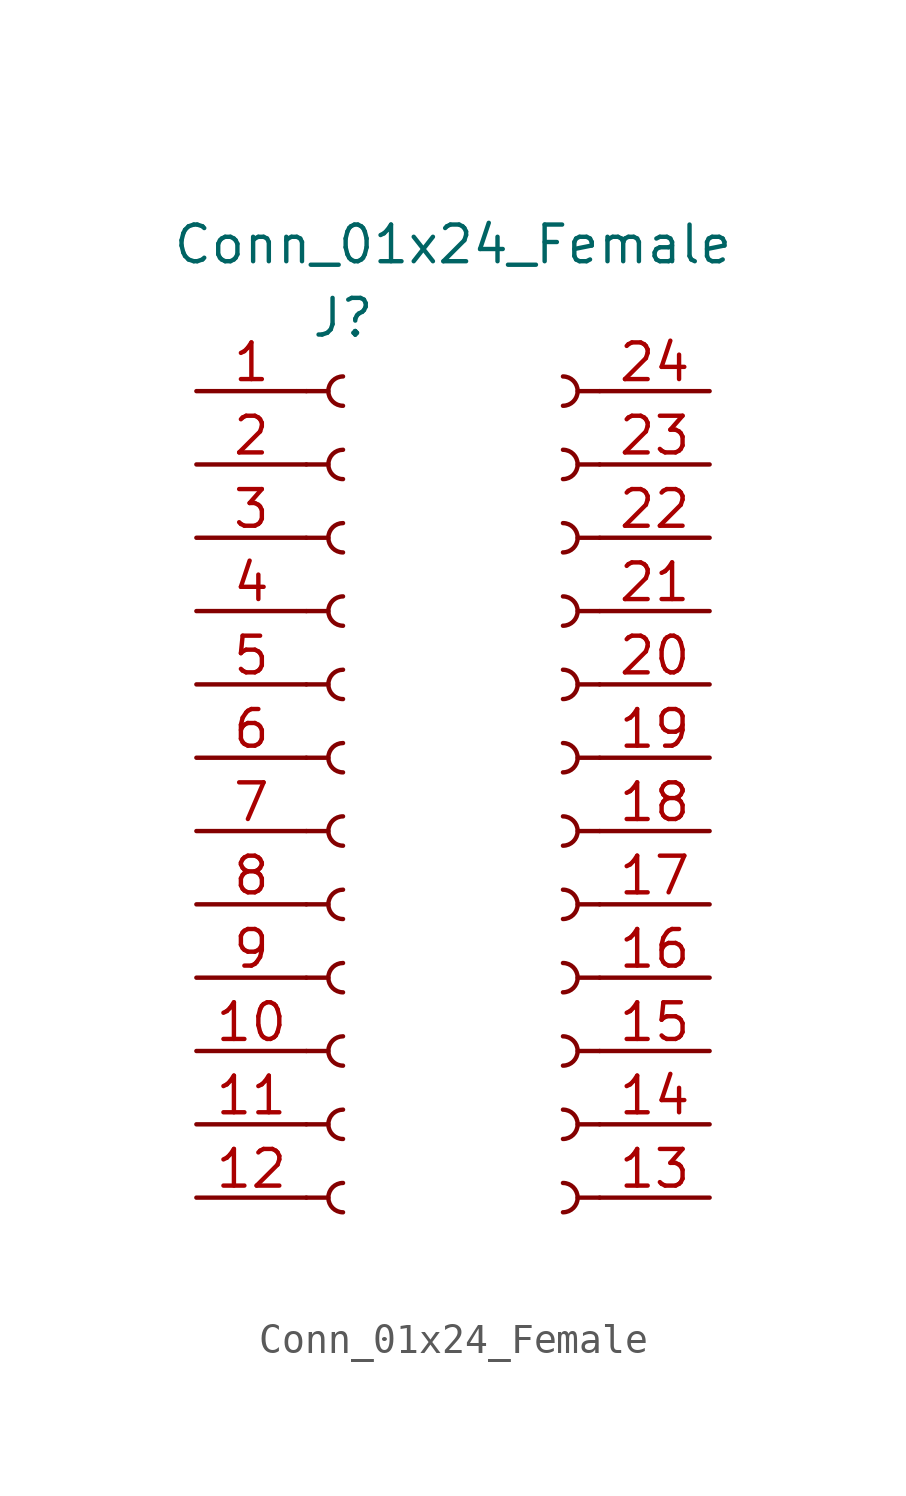
<source format=kicad_sym>
(kicad_symbol_lib
  (version 20211014)
  (generator kicad_symbol_editor)
  (symbol "Conn_01x24_Female"
    (pin_names
      (offset 1.016) hide)
    (property "Reference" "J"
      (at -2.54 48.26 0)
      (effects (font (size 1.27 1.27))))
    (property "Value" "Conn_01x24_Female"
      (at 1.27 50.8 0)
      (effects (font (size 1.27 1.27))))
    (symbol "Conn_01x24_Female_1_1"
      (arc (start -2.54 18.288) (mid -3.048 17.78) (end -2.54 17.272) (stroke (width 0.1524) (type default) (color 0 0 0 0)) (fill (type none)))
      (arc (start -2.54 20.828) (mid -3.048 20.32) (end -2.54 19.812) (stroke (width 0.1524) (type default) (color 0 0 0 0)) (fill (type none)))
      (arc (start -2.54 23.368) (mid -3.048 22.86) (end -2.54 22.352) (stroke (width 0.1524) (type default) (color 0 0 0 0)) (fill (type none)))
      (arc (start -2.54 25.908) (mid -3.048 25.4) (end -2.54 24.892) (stroke (width 0.1524) (type default) (color 0 0 0 0)) (fill (type none)))
      (arc (start -2.54 28.448) (mid -3.048 27.94) (end -2.54 27.432) (stroke (width 0.1524) (type default) (color 0 0 0 0)) (fill (type none)))
      (arc (start -2.54 30.988) (mid -3.048 30.48) (end -2.54 29.972) (stroke (width 0.1524) (type default) (color 0 0 0 0)) (fill (type none)))
      (arc (start -2.54 33.528) (mid -3.048 33.02) (end -2.54 32.512) (stroke (width 0.1524) (type default) (color 0 0 0 0)) (fill (type none)))
      (arc (start -2.54 36.068) (mid -3.048 35.56) (end -2.54 35.052) (stroke (width 0.1524) (type default) (color 0 0 0 0)) (fill (type none)))
      (arc (start -2.54 38.608) (mid -3.048 38.1) (end -2.54 37.592) (stroke (width 0.1524) (type default) (color 0 0 0 0)) (fill (type none)))
      (arc (start -2.54 41.148) (mid -3.048 40.64) (end -2.54 40.132) (stroke (width 0.1524) (type default) (color 0 0 0 0)) (fill (type none)))
      (arc (start -2.54 43.688) (mid -3.048 43.18) (end -2.54 42.672) (stroke (width 0.1524) (type default) (color 0 0 0 0)) (fill (type none)))
      (arc (start -2.54 46.228) (mid -3.048 45.72) (end -2.54 45.212) (stroke (width 0.1524) (type default) (color 0 0 0 0)) (fill (type none)))
      (polyline (pts (xy -3.81 17.78) (xy -3.048 17.78)) (stroke (width 0.152) (type default) (color 0 0 0 0)) (fill (type none)))
      (polyline (pts (xy -3.81 20.32) (xy -3.048 20.32)) (stroke (width 0.152) (type default) (color 0 0 0 0)) (fill (type none)))
      (polyline (pts (xy -3.81 22.86) (xy -3.048 22.86)) (stroke (width 0.152) (type default) (color 0 0 0 0)) (fill (type none)))
      (polyline (pts (xy -3.81 25.4) (xy -3.048 25.4)) (stroke (width 0.152) (type default) (color 0 0 0 0)) (fill (type none)))
      (polyline (pts (xy -3.81 27.94) (xy -3.048 27.94)) (stroke (width 0.152) (type default) (color 0 0 0 0)) (fill (type none)))
      (polyline (pts (xy -3.81 30.48) (xy -3.048 30.48)) (stroke (width 0.152) (type default) (color 0 0 0 0)) (fill (type none)))
      (polyline (pts (xy -3.81 33.02) (xy -3.048 33.02)) (stroke (width 0.152) (type default) (color 0 0 0 0)) (fill (type none)))
      (polyline (pts (xy -3.81 35.56) (xy -3.048 35.56)) (stroke (width 0.152) (type default) (color 0 0 0 0)) (fill (type none)))
      (polyline (pts (xy -3.81 38.1) (xy -3.048 38.1)) (stroke (width 0.152) (type default) (color 0 0 0 0)) (fill (type none)))
      (polyline (pts (xy -3.81 40.64) (xy -3.048 40.64)) (stroke (width 0.152) (type default) (color 0 0 0 0)) (fill (type none)))
      (polyline (pts (xy -3.81 43.18) (xy -3.048 43.18)) (stroke (width 0.152) (type default) (color 0 0 0 0)) (fill (type none)))
      (polyline (pts (xy -3.81 45.72) (xy -3.048 45.72)) (stroke (width 0.152) (type default) (color 0 0 0 0)) (fill (type none)))
      (polyline (pts (xy 6.35 17.78) (xy 5.588 17.78)) (stroke (width 0.152) (type default) (color 0 0 0 0)) (fill (type none)))
      (polyline (pts (xy 6.35 20.32) (xy 5.588 20.32)) (stroke (width 0.152) (type default) (color 0 0 0 0)) (fill (type none)))
      (polyline (pts (xy 6.35 22.86) (xy 5.588 22.86)) (stroke (width 0.152) (type default) (color 0 0 0 0)) (fill (type none)))
      (polyline (pts (xy 6.35 25.4) (xy 5.588 25.4)) (stroke (width 0.152) (type default) (color 0 0 0 0)) (fill (type none)))
      (polyline (pts (xy 6.35 27.94) (xy 5.588 27.94)) (stroke (width 0.152) (type default) (color 0 0 0 0)) (fill (type none)))
      (polyline (pts (xy 6.35 30.48) (xy 5.588 30.48)) (stroke (width 0.152) (type default) (color 0 0 0 0)) (fill (type none)))
      (polyline (pts (xy 6.35 33.02) (xy 5.588 33.02)) (stroke (width 0.152) (type default) (color 0 0 0 0)) (fill (type none)))
      (polyline (pts (xy 6.35 35.56) (xy 5.588 35.56)) (stroke (width 0.152) (type default) (color 0 0 0 0)) (fill (type none)))
      (polyline (pts (xy 6.35 38.1) (xy 5.588 38.1)) (stroke (width 0.152) (type default) (color 0 0 0 0)) (fill (type none)))
      (polyline (pts (xy 6.35 40.64) (xy 5.588 40.64)) (stroke (width 0.152) (type default) (color 0 0 0 0)) (fill (type none)))
      (polyline (pts (xy 6.35 43.18) (xy 5.588 43.18)) (stroke (width 0.152) (type default) (color 0 0 0 0)) (fill (type none)))
      (polyline (pts (xy 6.35 45.72) (xy 5.588 45.72)) (stroke (width 0.152) (type default) (color 0 0 0 0)) (fill (type none)))
      (arc (start 5.08 17.272) (mid 5.588 17.78) (end 5.08 18.288) (stroke (width 0.1524) (type default) (color 0 0 0 0)) (fill (type none)))
      (arc (start 5.08 19.812) (mid 5.588 20.32) (end 5.08 20.828) (stroke (width 0.1524) (type default) (color 0 0 0 0)) (fill (type none)))
      (arc (start 5.08 22.352) (mid 5.588 22.86) (end 5.08 23.368) (stroke (width 0.1524) (type default) (color 0 0 0 0)) (fill (type none)))
      (arc (start 5.08 24.892) (mid 5.588 25.4) (end 5.08 25.908) (stroke (width 0.1524) (type default) (color 0 0 0 0)) (fill (type none)))
      (arc (start 5.08 27.432) (mid 5.588 27.94) (end 5.08 28.448) (stroke (width 0.1524) (type default) (color 0 0 0 0)) (fill (type none)))
      (arc (start 5.08 29.972) (mid 5.588 30.48) (end 5.08 30.988) (stroke (width 0.1524) (type default) (color 0 0 0 0)) (fill (type none)))
      (arc (start 5.08 32.512) (mid 5.588 33.02) (end 5.08 33.528) (stroke (width 0.1524) (type default) (color 0 0 0 0)) (fill (type none)))
      (arc (start 5.08 35.052) (mid 5.588 35.56) (end 5.08 36.068) (stroke (width 0.1524) (type default) (color 0 0 0 0)) (fill (type none)))
      (arc (start 5.08 37.592) (mid 5.588 38.1) (end 5.08 38.608) (stroke (width 0.1524) (type default) (color 0 0 0 0)) (fill (type none)))
      (arc (start 5.08 40.132) (mid 5.588 40.64) (end 5.08 41.148) (stroke (width 0.1524) (type default) (color 0 0 0 0)) (fill (type none)))
      (arc (start 5.08 42.672) (mid 5.588 43.18) (end 5.08 43.688) (stroke (width 0.1524) (type default) (color 0 0 0 0)) (fill (type none)))
      (arc (start 5.08 45.212) (mid 5.588 45.72) (end 5.08 46.228) (stroke (width 0.1524) (type default) (color 0 0 0 0)) (fill (type none)))
      (pin passive line (at -7.62 45.72 0) (length 3.81) (name "Pin_1" (effects (font (size 1.27 1.27)))) (number "1" (effects (font (size 1.27 1.27)))))
      (pin passive line (at -7.62 22.86 0) (length 3.81) (name "Pin_10" (effects (font (size 1.27 1.27)))) (number "10" (effects (font (size 1.27 1.27)))))
      (pin passive line (at -7.62 20.32 0) (length 3.81) (name "Pin_11" (effects (font (size 1.27 1.27)))) (number "11" (effects (font (size 1.27 1.27)))))
      (pin passive line (at -7.62 17.78 0) (length 3.81) (name "Pin_12" (effects (font (size 1.27 1.27)))) (number "12" (effects (font (size 1.27 1.27)))))
      (pin passive line (at 10.16 17.78 180) (length 3.81) (name "Pin_13" (effects (font (size 1.27 1.27)))) (number "13" (effects (font (size 1.27 1.27)))))
      (pin passive line (at 10.16 20.32 180) (length 3.81) (name "Pin_14" (effects (font (size 1.27 1.27)))) (number "14" (effects (font (size 1.27 1.27)))))
      (pin passive line (at 10.16 22.86 180) (length 3.81) (name "Pin_15" (effects (font (size 1.27 1.27)))) (number "15" (effects (font (size 1.27 1.27)))))
      (pin passive line (at 10.16 25.4 180) (length 3.81) (name "Pin_16" (effects (font (size 1.27 1.27)))) (number "16" (effects (font (size 1.27 1.27)))))
      (pin passive line (at 10.16 27.94 180) (length 3.81) (name "Pin_17" (effects (font (size 1.27 1.27)))) (number "17" (effects (font (size 1.27 1.27)))))
      (pin passive line (at 10.16 30.48 180) (length 3.81) (name "Pin_18" (effects (font (size 1.27 1.27)))) (number "18" (effects (font (size 1.27 1.27)))))
      (pin passive line (at 10.16 33.02 180) (length 3.81) (name "Pin_19" (effects (font (size 1.27 1.27)))) (number "19" (effects (font (size 1.27 1.27)))))
      (pin passive line (at -7.62 43.18 0) (length 3.81) (name "Pin_2" (effects (font (size 1.27 1.27)))) (number "2" (effects (font (size 1.27 1.27)))))
      (pin passive line (at 10.16 35.56 180) (length 3.81) (name "Pin_20" (effects (font (size 1.27 1.27)))) (number "20" (effects (font (size 1.27 1.27)))))
      (pin passive line (at 10.16 38.1 180) (length 3.81) (name "Pin_21" (effects (font (size 1.27 1.27)))) (number "21" (effects (font (size 1.27 1.27)))))
      (pin passive line (at 10.16 40.64 180) (length 3.81) (name "Pin_22" (effects (font (size 1.27 1.27)))) (number "22" (effects (font (size 1.27 1.27)))))
      (pin passive line (at 10.16 43.18 180) (length 3.81) (name "Pin_23" (effects (font (size 1.27 1.27)))) (number "23" (effects (font (size 1.27 1.27)))))
      (pin passive line (at 10.16 45.72 180) (length 3.81) (name "Pin_24" (effects (font (size 1.27 1.27)))) (number "24" (effects (font (size 1.27 1.27)))))
      (pin passive line (at -7.62 40.64 0) (length 3.81) (name "Pin_3" (effects (font (size 1.27 1.27)))) (number "3" (effects (font (size 1.27 1.27)))))
      (pin passive line (at -7.62 38.1 0) (length 3.81) (name "Pin_4" (effects (font (size 1.27 1.27)))) (number "4" (effects (font (size 1.27 1.27)))))
      (pin passive line (at -7.62 35.56 0) (length 3.81) (name "Pin_5" (effects (font (size 1.27 1.27)))) (number "5" (effects (font (size 1.27 1.27)))))
      (pin passive line (at -7.62 33.02 0) (length 3.81) (name "Pin_6" (effects (font (size 1.27 1.27)))) (number "6" (effects (font (size 1.27 1.27)))))
      (pin passive line (at -7.62 30.48 0) (length 3.81) (name "Pin_7" (effects (font (size 1.27 1.27)))) (number "7" (effects (font (size 1.27 1.27)))))
      (pin passive line (at -7.62 27.94 0) (length 3.81) (name "Pin_8" (effects (font (size 1.27 1.27)))) (number "8" (effects (font (size 1.27 1.27)))))
      (pin passive line (at -7.62 25.4 0) (length 3.81) (name "Pin_9" (effects (font (size 1.27 1.27)))) (number "9" (effects (font (size 1.27 1.27))))))))
</source>
